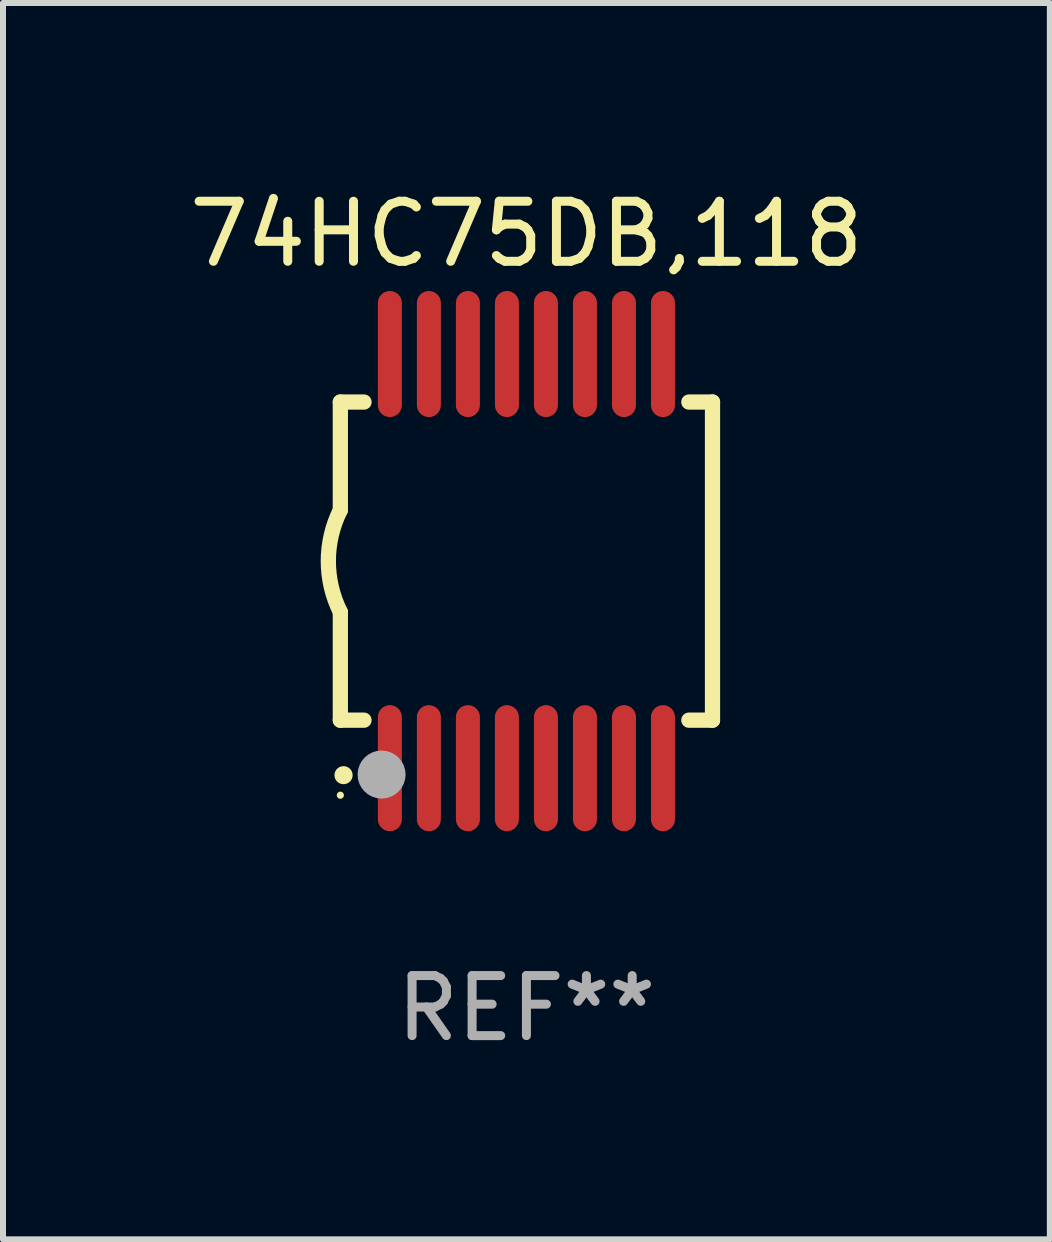
<source format=kicad_pcb>
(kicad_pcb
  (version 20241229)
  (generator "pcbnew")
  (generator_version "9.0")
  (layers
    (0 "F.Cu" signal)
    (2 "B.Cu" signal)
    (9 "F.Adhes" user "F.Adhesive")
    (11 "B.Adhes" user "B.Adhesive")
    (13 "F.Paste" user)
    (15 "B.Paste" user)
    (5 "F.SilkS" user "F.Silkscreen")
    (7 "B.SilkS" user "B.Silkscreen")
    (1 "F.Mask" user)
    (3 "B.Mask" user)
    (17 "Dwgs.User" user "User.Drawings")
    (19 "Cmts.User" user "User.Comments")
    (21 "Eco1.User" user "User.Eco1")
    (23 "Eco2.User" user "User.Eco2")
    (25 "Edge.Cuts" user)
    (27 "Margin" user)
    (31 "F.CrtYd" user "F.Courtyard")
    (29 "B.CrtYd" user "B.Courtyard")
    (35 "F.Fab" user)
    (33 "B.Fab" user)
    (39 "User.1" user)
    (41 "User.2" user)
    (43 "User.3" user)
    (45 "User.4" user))
  (footprint "74HC75DB,118"
    (layer "F.Cu")
    (at 5.72 6.298)
    (property "Reference" "74HC75DB,118" (at 0 -5.45 0) (layer "F.SilkS") (effects (font (size 1 1) (thickness 0.15))))
    (attr through_hole)
    (fp_line (start -3.1 -2.65) (end -3.1 -0.85) (stroke (width 0.254) (type solid)) (layer "F.SilkS"))
    (fp_line (start -3.1 -2.65) (end -2.706 -2.65) (stroke (width 0.254) (type solid)) (layer "F.SilkS"))
    (fp_line (start -3.1 2.65) (end -3.1 0.85) (stroke (width 0.254) (type solid)) (layer "F.SilkS"))
    (fp_line (start -3.1 2.65) (end -2.706 2.65) (stroke (width 0.254) (type solid)) (layer "F.SilkS"))
    (fp_line (start 2.706 -2.65) (end 3.1 -2.65) (stroke (width 0.254) (type solid)) (layer "F.SilkS"))
    (fp_line (start 2.706 2.65) (end 3.1 2.65) (stroke (width 0.254) (type solid)) (layer "F.SilkS"))
    (fp_line (start 3.1 -2.65) (end 3.1 2.65) (stroke (width 0.254) (type solid)) (layer "F.SilkS"))
    (fp_arc (start -3.098907 0.850902) (mid -3.300057 0.000523) (end -3.1 -0.850114) (stroke (width 0.254001) (type solid)) (layer "F.SilkS"))
    (fp_arc (start -3.048006 3.566066) (mid -3.046736 3.566061) (end -3.045466 3.566066) (stroke (width 0.3) (type solid)) (layer "F.SilkS"))
    (fp_circle (center -3.1 3.9) (end -3.07 3.9) (stroke (width 0.06) (type solid)) (fill no) (layer "F.SilkS"))
    (fp_circle (center -2.413 3.556) (end -2.213 3.556) (stroke (width 0.4) (type solid)) (fill no) (layer "F.Fab"))
    (fp_text user "REF**" (at 0 7.45 0) (layer "F.Fab") (effects (font (size 1 1) (thickness 0.15))))
    (pad "1" smd oval (at -2.275 3.45 180) (size 0.4 2.1) (layers "F.Cu" "F.Mask" "F.Paste"))
    (pad "2" smd oval (at -1.625 3.45 180) (size 0.4 2.1) (layers "F.Cu" "F.Mask" "F.Paste"))
    (pad "3" smd oval (at -0.975 3.45 180) (size 0.4 2.1) (layers "F.Cu" "F.Mask" "F.Paste"))
    (pad "4" smd oval (at -0.325 3.45 180) (size 0.4 2.1) (layers "F.Cu" "F.Mask" "F.Paste"))
    (pad "5" smd oval (at 0.325 3.45 180) (size 0.4 2.1) (layers "F.Cu" "F.Mask" "F.Paste"))
    (pad "6" smd oval (at 0.975 3.45 180) (size 0.4 2.1) (layers "F.Cu" "F.Mask" "F.Paste"))
    (pad "7" smd oval (at 1.625 3.45 180) (size 0.4 2.1) (layers "F.Cu" "F.Mask" "F.Paste"))
    (pad "8" smd oval (at 2.275 3.45 180) (size 0.4 2.1) (layers "F.Cu" "F.Mask" "F.Paste"))
    (pad "9" smd oval (at 2.275 -3.45 180) (size 0.4 2.1) (layers "F.Cu" "F.Mask" "F.Paste"))
    (pad "10" smd oval (at 1.625 -3.45 180) (size 0.4 2.1) (layers "F.Cu" "F.Mask" "F.Paste"))
    (pad "11" smd oval (at 0.975 -3.45 180) (size 0.4 2.1) (layers "F.Cu" "F.Mask" "F.Paste"))
    (pad "12" smd oval (at 0.325 -3.45 180) (size 0.4 2.1) (layers "F.Cu" "F.Mask" "F.Paste"))
    (pad "13" smd oval (at -0.325 -3.45 180) (size 0.4 2.1) (layers "F.Cu" "F.Mask" "F.Paste"))
    (pad "14" smd oval (at -0.975 -3.45 180) (size 0.4 2.1) (layers "F.Cu" "F.Mask" "F.Paste"))
    (pad "15" smd oval (at -1.625 -3.45 180) (size 0.4 2.1) (layers "F.Cu" "F.Mask" "F.Paste"))
    (pad "16" smd oval (at -2.275 -3.45 180) (size 0.4 2.1) (layers "F.Cu" "F.Mask" "F.Paste")))
  (gr_rect
    (start -3 -3)
    (end 14.44 17.597)
    (stroke (width 0.1) (type default))
    (fill no)
    (layer "Edge.Cuts")))
</source>
